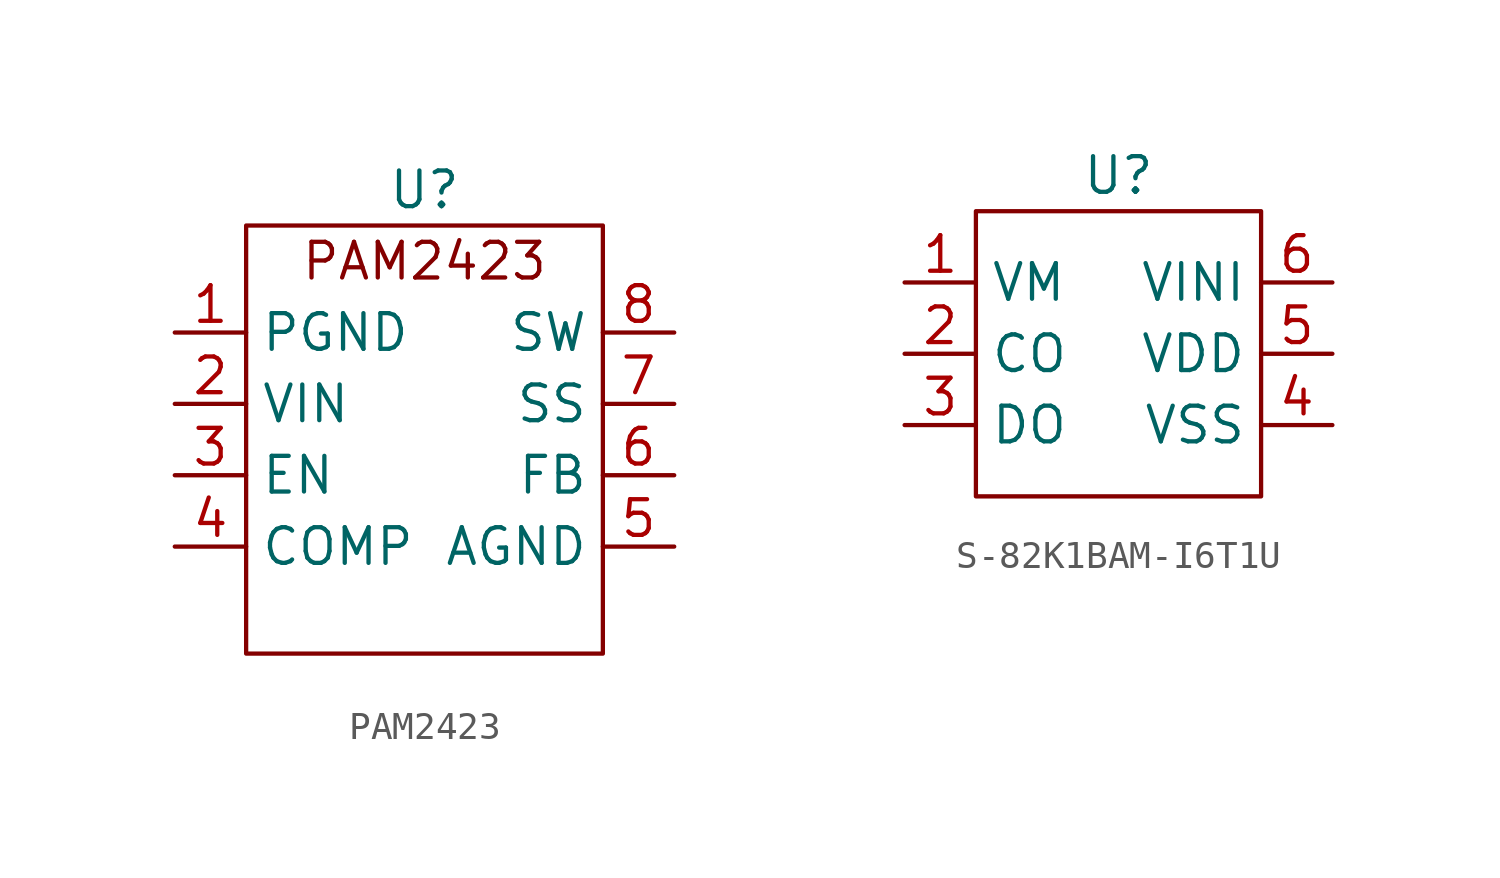
<source format=kicad_sym>
(kicad_symbol_lib
  (version 20220914)
  (generator kicad_symbol_editor)
  (symbol "PAM2423"
    (property "Reference" "U"
      (at 0 8.89 0)
      (effects (font (size 1.27 1.27))))
    (property "Value" ""
      (at 0 0 0)
      (effects (font (size 1.27 1.27))))
    (symbol "PAM2423_0_1"
      (rectangle (start -6.35 7.62) (end 6.35 -7.62) (stroke (width 0) (type default)) (fill (type none))))
    (symbol "PAM2423_1_1"
      (text "PAM2423\n" (at 0 6.35 0) (effects (font (size 1.27 1.27))))
      (pin input line (at -8.89 3.81 0) (length 2.54) (name "PGND" (effects (font (size 1.27 1.27)))) (number "1" (effects (font (size 1.27 1.27)))))
      (pin input line (at -8.89 1.27 0) (length 2.54) (name "VIN" (effects (font (size 1.27 1.27)))) (number "2" (effects (font (size 1.27 1.27)))))
      (pin input line (at -8.89 -1.27 0) (length 2.54) (name "EN" (effects (font (size 1.27 1.27)))) (number "3" (effects (font (size 1.27 1.27)))))
      (pin input line (at -8.89 -3.81 0) (length 2.54) (name "COMP" (effects (font (size 1.27 1.27)))) (number "4" (effects (font (size 1.27 1.27)))))
      (pin input line (at 8.89 -3.81 180) (length 2.54) (name "AGND" (effects (font (size 1.27 1.27)))) (number "5" (effects (font (size 1.27 1.27)))))
      (pin input line (at 8.89 -1.27 180) (length 2.54) (name "FB" (effects (font (size 1.27 1.27)))) (number "6" (effects (font (size 1.27 1.27)))))
      (pin input line (at 8.89 1.27 180) (length 2.54) (name "SS" (effects (font (size 1.27 1.27)))) (number "7" (effects (font (size 1.27 1.27)))))
      (pin output line (at 8.89 3.81 180) (length 2.54) (name "SW" (effects (font (size 1.27 1.27)))) (number "8" (effects (font (size 1.27 1.27)))))))
  (symbol "S-82K1BAM-I6T1U"
    (property "Reference" "U"
      (at 0 7.62 0)
      (effects (font (size 1.27 1.27))))
    (property "Value" ""
      (at 0 0 0)
      (effects (font (size 1.27 1.27))))
    (symbol "S-82K1BAM-I6T1U_0_1"
      (rectangle (start -5.08 6.35) (end 5.08 -3.81) (stroke (width 0) (type default)) (fill (type none))))
    (symbol "S-82K1BAM-I6T1U_1_1"
      (pin input line (at -7.62 3.81 0) (length 2.54) (name "VM" (effects (font (size 1.27 1.27)))) (number "1" (effects (font (size 1.27 1.27)))))
      (pin output line (at -7.62 1.27 0) (length 2.54) (name "CO" (effects (font (size 1.27 1.27)))) (number "2" (effects (font (size 1.27 1.27)))))
      (pin output line (at -7.62 -1.27 0) (length 2.54) (name "DO" (effects (font (size 1.27 1.27)))) (number "3" (effects (font (size 1.27 1.27)))))
      (pin input line (at 7.62 -1.27 180) (length 2.54) (name "VSS" (effects (font (size 1.27 1.27)))) (number "4" (effects (font (size 1.27 1.27)))))
      (pin input line (at 7.62 1.27 180) (length 2.54) (name "VDD" (effects (font (size 1.27 1.27)))) (number "5" (effects (font (size 1.27 1.27)))))
      (pin input line (at 7.62 3.81 180) (length 2.54) (name "VINI" (effects (font (size 1.27 1.27)))) (number "6" (effects (font (size 1.27 1.27))))))))
</source>
